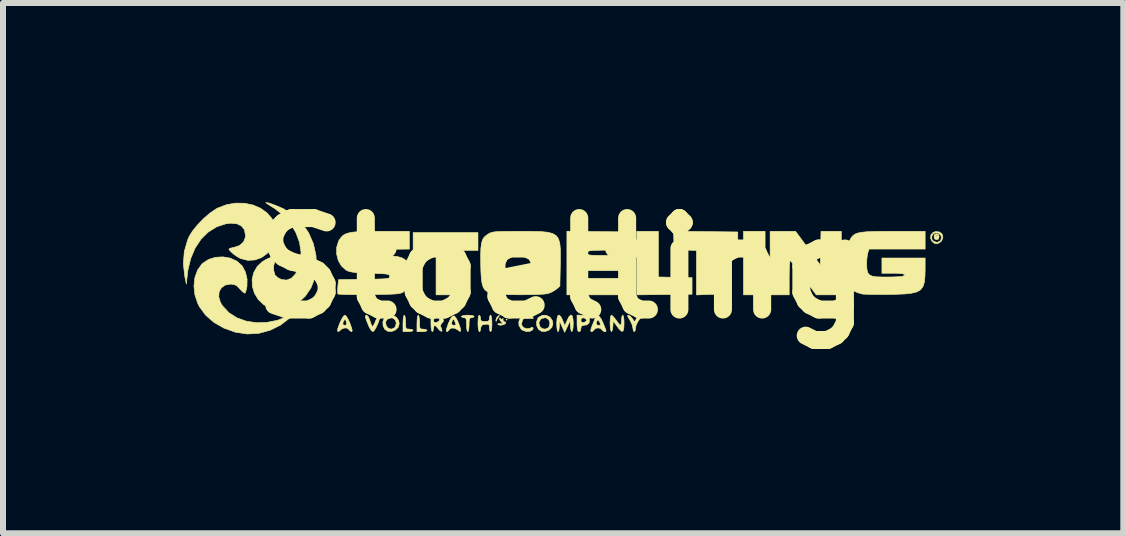
<source format=kicad_pcb>
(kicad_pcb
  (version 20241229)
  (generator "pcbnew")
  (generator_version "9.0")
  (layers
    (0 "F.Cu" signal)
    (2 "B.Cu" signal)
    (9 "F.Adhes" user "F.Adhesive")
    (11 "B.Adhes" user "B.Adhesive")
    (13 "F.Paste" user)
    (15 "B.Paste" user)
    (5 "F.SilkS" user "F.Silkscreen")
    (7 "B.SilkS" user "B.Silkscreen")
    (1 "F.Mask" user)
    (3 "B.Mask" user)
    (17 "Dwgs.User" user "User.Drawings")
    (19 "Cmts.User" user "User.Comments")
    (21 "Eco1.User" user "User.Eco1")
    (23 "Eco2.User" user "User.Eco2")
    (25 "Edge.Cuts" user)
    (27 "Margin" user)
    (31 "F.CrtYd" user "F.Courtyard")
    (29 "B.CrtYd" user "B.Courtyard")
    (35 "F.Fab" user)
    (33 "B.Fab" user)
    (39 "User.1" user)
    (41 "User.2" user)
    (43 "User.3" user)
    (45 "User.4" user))
  (footprint "Stoelting"
    (layer "F.Cu")
    (at 6.311 1.418)
    (property "Reference" "Stoelting" (at 0 0 0) (layer "F.SilkS") (effects (font (size 1.524 1.524) (thickness 0.3))))
    (attr through_hole)
    (fp_poly (pts (xy -0.91 0.857) (xy -0.921 0.868) (xy -0.931 0.857) (xy -0.921 0.847) (xy -0.91 0.857)) (stroke (width 0.01) (type solid)) (fill yes) (layer "F.SilkS"))
    (fp_poly (pts (xy 3.387 0.445) (xy 3.027 0.445) (xy 3.027 -0.614) (xy 3.387 -0.614) (xy 3.387 0.445)) (stroke (width 0.01) (type solid)) (fill yes) (layer "F.SilkS"))
    (fp_poly (pts (xy -0.956 0.792) (xy -0.933 0.811) (xy -0.931 0.816) (xy -0.941 0.825) (xy -0.962 0.805) (xy -0.965 0.801) (xy -0.968 0.787) (xy -0.956 0.792)) (stroke (width 0.01) (type solid)) (fill yes) (layer "F.SilkS"))
    (fp_poly (pts (xy -1.397 -0.296) (xy -1.757 -0.296) (xy -1.757 0.445) (xy -2.095 0.445) (xy -2.095 -0.296) (xy -2.477 -0.296) (xy -2.477 -0.593) (xy -1.397 -0.593) (xy -1.397 -0.296)) (stroke (width 0.01) (type solid)) (fill yes) (layer "F.SilkS"))
    (fp_poly (pts (xy 1.609 0.147) (xy 1.889 0.153) (xy 2.17 0.159) (xy 2.17 0.434) (xy 1.709 0.44) (xy 1.249 0.445) (xy 1.249 -0.614) (xy 1.609 -0.614) (xy 1.609 0.147)) (stroke (width 0.01) (type solid)) (fill yes) (layer "F.SilkS"))
    (fp_poly (pts (xy -1.042 0.793) (xy -1.05 0.804) (xy -1.077 0.849) (xy -1.086 0.868) (xy -1.095 0.887) (xy -1.099 0.865) (xy -1.099 0.865) (xy -1.085 0.825) (xy -1.064 0.802) (xy -1.039 0.783) (xy -1.042 0.793)) (stroke (width 0.01) (type solid)) (fill yes) (layer "F.SilkS"))
    (fp_poly (pts (xy 2.396 -0.609) (xy 2.932 -0.603) (xy 2.932 -0.307) (xy 2.757 -0.301) (xy 2.583 -0.295) (xy 2.572 0.434) (xy 2.408 0.44) (xy 2.244 0.446) (xy 2.244 -0.295) (xy 2.058 -0.301) (xy 1.873 -0.307) (xy 1.867 -0.461) (xy 1.861 -0.615) (xy 2.396 -0.609)) (stroke (width 0.01) (type solid)) (fill yes) (layer "F.SilkS"))
    (fp_poly (pts (xy 6.278 -0.558) (xy 6.287 -0.523) (xy 6.275 -0.484) (xy 6.244 -0.475) (xy 6.21 -0.488) (xy 6.202 -0.523) (xy 6.208 -0.543) (xy 6.23 -0.543) (xy 6.233 -0.531) (xy 6.244 -0.529) (xy 6.262 -0.537) (xy 6.258 -0.543) (xy 6.233 -0.546) (xy 6.23 -0.543) (xy 6.208 -0.543) (xy 6.214 -0.562) (xy 6.244 -0.572) (xy 6.278 -0.558)) (stroke (width 0.01) (type solid)) (fill yes) (layer "F.SilkS"))
    (fp_poly (pts (xy -2.613 0.802) (xy -2.605 0.852) (xy -2.603 0.9) (xy -2.602 0.966) (xy -2.595 1.001) (xy -2.577 1.014) (xy -2.541 1.016) (xy -2.54 1.016) (xy -2.495 1.022) (xy -2.477 1.037) (xy -2.477 1.037) (xy -2.495 1.05) (xy -2.542 1.058) (xy -2.561 1.058) (xy -2.646 1.058) (xy -2.646 0.921) (xy -2.643 0.849) (xy -2.635 0.8) (xy -2.625 0.783) (xy -2.613 0.802)) (stroke (width 0.01) (type solid)) (fill yes) (layer "F.SilkS"))
    (fp_poly (pts (xy -2.38 0.802) (xy -2.373 0.852) (xy -2.371 0.9) (xy -2.37 0.966) (xy -2.363 1.001) (xy -2.344 1.014) (xy -2.308 1.016) (xy -2.307 1.016) (xy -2.263 1.022) (xy -2.244 1.037) (xy -2.244 1.037) (xy -2.262 1.05) (xy -2.309 1.058) (xy -2.328 1.058) (xy -2.413 1.058) (xy -2.413 0.921) (xy -2.41 0.849) (xy -2.402 0.8) (xy -2.392 0.783) (xy -2.38 0.802)) (stroke (width 0.01) (type solid)) (fill yes) (layer "F.SilkS"))
    (fp_poly (pts (xy -1.018 0.844) (xy -1.001 0.862) (xy -0.987 0.844) (xy -0.979 0.836) (xy -0.98 0.857) (xy -0.973 0.89) (xy -0.958 0.894) (xy -0.934 0.899) (xy -0.937 0.919) (xy -0.965 0.94) (xy -1.023 0.952) (xy -1.062 0.94) (xy -1.067 0.934) (xy -1.058 0.924) (xy -1.021 0.925) (xy -0.982 0.929) (xy -0.981 0.921) (xy -1 0.904) (xy -1.03 0.868) (xy -1.037 0.844) (xy -1.033 0.826) (xy -1.018 0.844)) (stroke (width 0.01) (type solid)) (fill yes) (layer "F.SilkS"))
    (fp_poly (pts (xy 4.101 -0.334) (xy 4.307 -0.054) (xy 4.313 -0.334) (xy 4.319 -0.614) (xy 4.657 -0.614) (xy 4.657 0.445) (xy 4.24 0.445) (xy 4.03 0.159) (xy 3.96 0.065) (xy 3.898 -0.017) (xy 3.848 -0.079) (xy 3.815 -0.117) (xy 3.805 -0.126) (xy 3.799 -0.107) (xy 3.794 -0.052) (xy 3.791 0.029) (xy 3.789 0.129) (xy 3.789 0.159) (xy 3.789 0.445) (xy 3.471 0.445) (xy 3.471 -0.614) (xy 3.895 -0.614) (xy 4.101 -0.334)) (stroke (width 0.01) (type solid)) (fill yes) (layer "F.SilkS"))
    (fp_poly (pts (xy 1.324 0.787) (xy 1.322 0.805) (xy 1.299 0.844) (xy 1.267 0.892) (xy 1.238 0.95) (xy 1.228 1.003) (xy 1.221 1.044) (xy 1.206 1.058) (xy 1.191 1.04) (xy 1.185 1) (xy 1.173 0.946) (xy 1.144 0.882) (xy 1.132 0.862) (xy 1.101 0.811) (xy 1.097 0.787) (xy 1.108 0.783) (xy 1.14 0.799) (xy 1.174 0.839) (xy 1.175 0.839) (xy 1.212 0.895) (xy 1.246 0.839) (xy 1.278 0.8) (xy 1.308 0.783) (xy 1.324 0.787)) (stroke (width 0.01) (type solid)) (fill yes) (layer "F.SilkS"))
    (fp_poly (pts (xy -1.506 0.787) (xy -1.468 0.797) (xy -1.46 0.804) (xy -1.478 0.822) (xy -1.503 0.826) (xy -1.527 0.831) (xy -1.54 0.852) (xy -1.545 0.901) (xy -1.545 0.942) (xy -1.549 1.006) (xy -1.558 1.048) (xy -1.566 1.058) (xy -1.578 1.039) (xy -1.586 0.99) (xy -1.587 0.942) (xy -1.589 0.875) (xy -1.597 0.84) (xy -1.615 0.827) (xy -1.63 0.826) (xy -1.664 0.817) (xy -1.672 0.804) (xy -1.653 0.792) (xy -1.604 0.785) (xy -1.566 0.783) (xy -1.506 0.787)) (stroke (width 0.01) (type solid)) (fill yes) (layer "F.SilkS"))
    (fp_poly (pts (xy 0.63 -0.609) (xy 1.175 -0.603) (xy 1.175 -0.307) (xy 0.799 -0.301) (xy 0.665 -0.299) (xy 0.567 -0.296) (xy 0.5 -0.293) (xy 0.457 -0.287) (xy 0.435 -0.279) (xy 0.425 -0.268) (xy 0.423 -0.254) (xy 0.425 -0.238) (xy 0.435 -0.227) (xy 0.459 -0.22) (xy 0.502 -0.215) (xy 0.571 -0.213) (xy 0.672 -0.212) (xy 0.783 -0.212) (xy 1.143 -0.212) (xy 1.143 0.042) (xy 0.423 0.042) (xy 0.423 0.169) (xy 1.185 0.169) (xy 1.185 0.445) (xy 0.085 0.445) (xy 0.085 -0.615) (xy 0.63 -0.609)) (stroke (width 0.01) (type solid)) (fill yes) (layer "F.SilkS"))
    (fp_poly (pts (xy 6.295 -0.602) (xy 6.337 -0.567) (xy 6.351 -0.516) (xy 6.332 -0.461) (xy 6.311 -0.437) (xy 6.256 -0.405) (xy 6.204 -0.416) (xy 6.17 -0.445) (xy 6.143 -0.5) (xy 6.147 -0.526) (xy 6.162 -0.526) (xy 6.168 -0.477) (xy 6.197 -0.446) (xy 6.255 -0.429) (xy 6.302 -0.453) (xy 6.316 -0.471) (xy 6.327 -0.518) (xy 6.307 -0.559) (xy 6.267 -0.585) (xy 6.219 -0.586) (xy 6.19 -0.571) (xy 6.162 -0.526) (xy 6.147 -0.526) (xy 6.151 -0.555) (xy 6.189 -0.596) (xy 6.23 -0.61) (xy 6.295 -0.602)) (stroke (width 0.01) (type solid)) (fill yes) (layer "F.SilkS"))
    (fp_poly (pts (xy -3.026 0.795) (xy -3.033 0.833) (xy -3.057 0.902) (xy -3.064 0.921) (xy -3.095 0.989) (xy -3.125 1.038) (xy -3.147 1.058) (xy -3.148 1.058) (xy -3.172 1.04) (xy -3.202 0.995) (xy -3.215 0.968) (xy -3.251 0.881) (xy -3.27 0.825) (xy -3.272 0.795) (xy -3.26 0.784) (xy -3.253 0.783) (xy -3.228 0.803) (xy -3.204 0.854) (xy -3.196 0.878) (xy -3.177 0.935) (xy -3.16 0.969) (xy -3.154 0.974) (xy -3.138 0.956) (xy -3.115 0.91) (xy -3.102 0.878) (xy -3.075 0.823) (xy -3.049 0.788) (xy -3.038 0.783) (xy -3.026 0.795)) (stroke (width 0.01) (type solid)) (fill yes) (layer "F.SilkS"))
    (fp_poly (pts (xy -0.527 0.792) (xy -0.487 0.815) (xy -0.486 0.816) (xy -0.474 0.835) (xy -0.488 0.841) (xy -0.535 0.836) (xy -0.545 0.834) (xy -0.603 0.829) (xy -0.635 0.839) (xy -0.655 0.866) (xy -0.669 0.919) (xy -0.667 0.953) (xy -0.636 0.991) (xy -0.585 1.01) (xy -0.535 1.005) (xy -0.522 0.997) (xy -0.489 0.984) (xy -0.476 1.001) (xy -0.49 1.03) (xy -0.534 1.054) (xy -0.595 1.055) (xy -0.654 1.034) (xy -0.677 1.016) (xy -0.714 0.955) (xy -0.716 0.89) (xy -0.689 0.832) (xy -0.636 0.793) (xy -0.583 0.783) (xy -0.527 0.792)) (stroke (width 0.01) (type solid)) (fill yes) (layer "F.SilkS"))
    (fp_poly (pts (xy -2.816 0.787) (xy -2.758 0.817) (xy -2.719 0.873) (xy -2.709 0.925) (xy -2.727 0.987) (xy -2.773 1.031) (xy -2.834 1.055) (xy -2.898 1.052) (xy -2.949 1.02) (xy -2.978 0.962) (xy -2.981 0.898) (xy -2.937 0.898) (xy -2.926 0.96) (xy -2.926 0.961) (xy -2.888 1.005) (xy -2.838 1.016) (xy -2.791 0.996) (xy -2.771 0.971) (xy -2.758 0.913) (xy -2.775 0.862) (xy -2.816 0.832) (xy -2.85 0.829) (xy -2.911 0.852) (xy -2.937 0.898) (xy -2.981 0.898) (xy -2.981 0.893) (xy -2.959 0.833) (xy -2.946 0.818) (xy -2.883 0.785) (xy -2.816 0.787)) (stroke (width 0.01) (type solid)) (fill yes) (layer "F.SilkS"))
    (fp_poly (pts (xy -0.255 0.787) (xy -0.197 0.817) (xy -0.158 0.873) (xy -0.148 0.925) (xy -0.166 0.987) (xy -0.212 1.031) (xy -0.273 1.055) (xy -0.337 1.052) (xy -0.388 1.02) (xy -0.417 0.962) (xy -0.419 0.921) (xy -0.381 0.921) (xy -0.365 0.975) (xy -0.325 1.008) (xy -0.276 1.016) (xy -0.229 0.996) (xy -0.21 0.971) (xy -0.198 0.914) (xy -0.215 0.862) (xy -0.256 0.83) (xy -0.281 0.826) (xy -0.343 0.842) (xy -0.376 0.888) (xy -0.381 0.921) (xy -0.419 0.921) (xy -0.42 0.893) (xy -0.397 0.833) (xy -0.385 0.818) (xy -0.322 0.785) (xy -0.255 0.787)) (stroke (width 0.01) (type solid)) (fill yes) (layer "F.SilkS"))
    (fp_poly (pts (xy 0.174 0.796) (xy 0.187 0.851) (xy 0.191 0.921) (xy 0.187 0.997) (xy 0.177 1.043) (xy 0.165 1.057) (xy 0.153 1.035) (xy 0.144 0.974) (xy 0.144 0.968) (xy 0.138 0.878) (xy 0.093 0.974) (xy 0.048 1.069) (xy -0.039 0.878) (xy -0.041 0.968) (xy -0.046 1.023) (xy -0.058 1.055) (xy -0.064 1.058) (xy -0.075 1.039) (xy -0.082 0.987) (xy -0.085 0.921) (xy -0.079 0.835) (xy -0.064 0.789) (xy -0.041 0.782) (xy -0.011 0.817) (xy 0.015 0.872) (xy 0.05 0.96) (xy 0.088 0.872) (xy 0.122 0.805) (xy 0.152 0.78) (xy 0.174 0.796)) (stroke (width 0.01) (type solid)) (fill yes) (layer "F.SilkS"))
    (fp_poly (pts (xy 0.355 0.787) (xy 0.416 0.793) (xy 0.447 0.807) (xy 0.459 0.834) (xy 0.462 0.855) (xy 0.455 0.913) (xy 0.417 0.945) (xy 0.365 0.952) (xy 0.328 0.963) (xy 0.318 1.001) (xy 0.318 1.005) (xy 0.309 1.049) (xy 0.285 1.057) (xy 0.268 1.044) (xy 0.261 1.017) (xy 0.255 0.961) (xy 0.254 0.905) (xy 0.254 0.868) (xy 0.318 0.868) (xy 0.327 0.902) (xy 0.363 0.907) (xy 0.365 0.906) (xy 0.402 0.889) (xy 0.413 0.868) (xy 0.395 0.84) (xy 0.365 0.829) (xy 0.328 0.833) (xy 0.318 0.866) (xy 0.318 0.868) (xy 0.254 0.868) (xy 0.254 0.781) (xy 0.355 0.787)) (stroke (width 0.01) (type solid)) (fill yes) (layer "F.SilkS"))
    (fp_poly (pts (xy 1.027 0.803) (xy 1.035 0.854) (xy 1.037 0.921) (xy 1.033 1.005) (xy 1.02 1.049) (xy 0.996 1.052) (xy 0.958 1.017) (xy 0.921 0.968) (xy 0.857 0.878) (xy 0.851 0.968) (xy 0.842 1.032) (xy 0.83 1.057) (xy 0.818 1.045) (xy 0.809 1.001) (xy 0.804 0.926) (xy 0.804 0.921) (xy 0.807 0.848) (xy 0.815 0.799) (xy 0.826 0.783) (xy 0.849 0.799) (xy 0.885 0.84) (xy 0.905 0.867) (xy 0.942 0.916) (xy 0.971 0.947) (xy 0.979 0.952) (xy 0.989 0.933) (xy 0.994 0.887) (xy 0.995 0.868) (xy 1 0.815) (xy 1.011 0.785) (xy 1.016 0.783) (xy 1.027 0.803)) (stroke (width 0.01) (type solid)) (fill yes) (layer "F.SilkS"))
    (fp_poly (pts (xy -1.789 0.797) (xy -1.756 0.839) (xy -1.72 0.918) (xy -1.691 0.999) (xy -1.683 1.045) (xy -1.696 1.055) (xy -1.731 1.031) (xy -1.732 1.03) (xy -1.782 1.002) (xy -1.833 0.997) (xy -1.87 1.016) (xy -1.876 1.027) (xy -1.902 1.055) (xy -1.916 1.058) (xy -1.926 1.046) (xy -1.919 1.005) (xy -1.893 0.932) (xy -1.889 0.92) (xy -1.888 0.918) (xy -1.84 0.918) (xy -1.825 0.947) (xy -1.798 0.953) (xy -1.767 0.946) (xy -1.763 0.937) (xy -1.777 0.905) (xy -1.786 0.879) (xy -1.801 0.851) (xy -1.817 0.862) (xy -1.821 0.868) (xy -1.84 0.918) (xy -1.888 0.918) (xy -1.851 0.838) (xy -1.819 0.797) (xy -1.789 0.797)) (stroke (width 0.01) (type solid)) (fill yes) (layer "F.SilkS"))
    (fp_poly (pts (xy -1.174 0.803) (xy -1.167 0.854) (xy -1.164 0.921) (xy -1.167 0.993) (xy -1.175 1.042) (xy -1.185 1.058) (xy -1.2 1.04) (xy -1.206 0.995) (xy -1.206 0.993) (xy -1.21 0.949) (xy -1.231 0.934) (xy -1.275 0.935) (xy -1.325 0.946) (xy -1.346 0.974) (xy -1.351 1) (xy -1.361 1.049) (xy -1.373 1.06) (xy -1.385 1.038) (xy -1.394 0.988) (xy -1.397 0.921) (xy -1.394 0.849) (xy -1.386 0.8) (xy -1.376 0.783) (xy -1.36 0.801) (xy -1.355 0.836) (xy -1.349 0.872) (xy -1.324 0.887) (xy -1.281 0.889) (xy -1.23 0.885) (xy -1.21 0.867) (xy -1.206 0.836) (xy -1.199 0.796) (xy -1.185 0.783) (xy -1.174 0.803)) (stroke (width 0.01) (type solid)) (fill yes) (layer "F.SilkS"))
    (fp_poly (pts (xy -3.592 0.801) (xy -3.562 0.849) (xy -3.531 0.917) (xy -3.53 0.921) (xy -3.502 0.998) (xy -3.492 1.042) (xy -3.5 1.058) (xy -3.503 1.058) (xy -3.534 1.041) (xy -3.542 1.027) (xy -3.571 1.002) (xy -3.606 0.995) (xy -3.656 1.007) (xy -3.683 1.027) (xy -3.717 1.056) (xy -3.737 1.05) (xy -3.735 1.012) (xy -3.734 1.011) (xy -3.702 0.923) (xy -3.696 0.91) (xy -3.647 0.91) (xy -3.646 0.944) (xy -3.615 0.953) (xy -3.584 0.943) (xy -3.585 0.919) (xy -3.597 0.878) (xy -3.598 0.865) (xy -3.607 0.851) (xy -3.625 0.865) (xy -3.643 0.897) (xy -3.647 0.91) (xy -3.696 0.91) (xy -3.668 0.849) (xy -3.637 0.8) (xy -3.613 0.783) (xy -3.592 0.801)) (stroke (width 0.01) (type solid)) (fill yes) (layer "F.SilkS"))
    (fp_poly (pts (xy 0.62 0.799) (xy 0.656 0.847) (xy 0.69 0.919) (xy 0.719 0.992) (xy 0.735 1.033) (xy 0.737 1.053) (xy 0.728 1.058) (xy 0.711 1.058) (xy 0.679 1.041) (xy 0.67 1.027) (xy 0.642 1.003) (xy 0.603 0.995) (xy 0.558 1.006) (xy 0.537 1.027) (xy 0.51 1.055) (xy 0.495 1.058) (xy 0.482 1.05) (xy 0.485 1.02) (xy 0.505 0.96) (xy 0.511 0.947) (xy 0.522 0.919) (xy 0.572 0.919) (xy 0.589 0.948) (xy 0.613 0.953) (xy 0.641 0.948) (xy 0.642 0.926) (xy 0.631 0.899) (xy 0.609 0.865) (xy 0.592 0.869) (xy 0.589 0.873) (xy 0.572 0.919) (xy 0.522 0.919) (xy 0.537 0.881) (xy 0.558 0.829) (xy 0.566 0.809) (xy 0.589 0.785) (xy 0.62 0.799)) (stroke (width 0.01) (type solid)) (fill yes) (layer "F.SilkS"))
    (fp_poly (pts (xy -2.031 0.791) (xy -1.995 0.816) (xy -1.99 0.824) (xy -1.972 0.865) (xy -1.976 0.891) (xy -2.001 0.919) (xy -2.023 0.954) (xy -2.01 0.996) (xy -2.01 0.996) (xy -1.995 1.04) (xy -2.005 1.054) (xy -2.033 1.038) (xy -2.057 1.011) (xy -2.098 0.964) (xy -2.125 0.957) (xy -2.137 0.989) (xy -2.138 1.005) (xy -2.145 1.045) (xy -2.159 1.058) (xy -2.17 1.039) (xy -2.178 0.987) (xy -2.18 0.921) (xy -2.18 0.869) (xy -2.138 0.869) (xy -2.128 0.902) (xy -2.091 0.906) (xy -2.09 0.906) (xy -2.05 0.886) (xy -2.036 0.863) (xy -2.042 0.834) (xy -2.08 0.826) (xy -2.083 0.826) (xy -2.125 0.835) (xy -2.138 0.867) (xy -2.138 0.869) (xy -2.18 0.869) (xy -2.18 0.783) (xy -2.096 0.783) (xy -2.031 0.791)) (stroke (width 0.01) (type solid)) (fill yes) (layer "F.SilkS"))
    (fp_poly (pts (xy -5.285 -1.081) (xy -5.145 -1.052) (xy -5.02 -0.998) (xy -4.913 -0.922) (xy -4.831 -0.827) (xy -4.779 -0.713) (xy -4.763 -0.593) (xy -4.78 -0.459) (xy -4.83 -0.343) (xy -4.906 -0.247) (xy -5.002 -0.177) (xy -5.112 -0.137) (xy -5.231 -0.13) (xy -5.351 -0.16) (xy -5.407 -0.19) (xy -5.465 -0.231) (xy -5.514 -0.274) (xy -5.543 -0.309) (xy -5.546 -0.319) (xy -5.527 -0.331) (xy -5.48 -0.343) (xy -5.46 -0.347) (xy -5.366 -0.379) (xy -5.303 -0.437) (xy -5.272 -0.516) (xy -5.271 -0.545) (xy -5.287 -0.637) (xy -5.336 -0.702) (xy -5.414 -0.74) (xy -5.519 -0.749) (xy -5.594 -0.74) (xy -5.75 -0.689) (xy -5.89 -0.602) (xy -6.011 -0.483) (xy -6.11 -0.334) (xy -6.184 -0.159) (xy -6.231 0.037) (xy -6.239 0.106) (xy -6.256 0.265) (xy -6.282 0.139) (xy -6.306 -0.073) (xy -6.29 -0.277) (xy -6.234 -0.471) (xy -6.209 -0.529) (xy -6.151 -0.622) (xy -6.067 -0.724) (xy -5.968 -0.826) (xy -5.863 -0.917) (xy -5.763 -0.985) (xy -5.735 -1.001) (xy -5.585 -1.058) (xy -5.433 -1.084) (xy -5.285 -1.081)) (stroke (width 0.01) (type solid)) (fill yes) (layer "F.SilkS"))
    (fp_poly (pts (xy -5.524 -0.167) (xy -5.415 -0.117) (xy -5.328 -0.04) (xy -5.324 -0.034) (xy -5.272 0.065) (xy -5.244 0.182) (xy -5.246 0.302) (xy -5.248 0.313) (xy -5.261 0.372) (xy -5.274 0.411) (xy -5.278 0.417) (xy -5.298 0.41) (xy -5.335 0.378) (xy -5.363 0.348) (xy -5.412 0.297) (xy -5.455 0.273) (xy -5.51 0.266) (xy -5.52 0.266) (xy -5.609 0.282) (xy -5.673 0.328) (xy -5.71 0.396) (xy -5.716 0.478) (xy -5.689 0.569) (xy -5.653 0.629) (xy -5.546 0.743) (xy -5.413 0.828) (xy -5.259 0.883) (xy -5.091 0.909) (xy -4.914 0.904) (xy -4.735 0.868) (xy -4.559 0.799) (xy -4.508 0.773) (xy -4.413 0.72) (xy -4.52 0.82) (xy -4.683 0.946) (xy -4.86 1.035) (xy -5.048 1.086) (xy -5.241 1.097) (xy -5.435 1.068) (xy -5.44 1.067) (xy -5.63 0.999) (xy -5.796 0.904) (xy -5.933 0.785) (xy -6.036 0.645) (xy -6.066 0.587) (xy -6.114 0.443) (xy -6.129 0.297) (xy -6.114 0.157) (xy -6.069 0.032) (xy -5.996 -0.07) (xy -5.987 -0.078) (xy -5.887 -0.145) (xy -5.77 -0.181) (xy -5.646 -0.188) (xy -5.524 -0.167)) (stroke (width 0.01) (type solid)) (fill yes) (layer "F.SilkS"))
    (fp_poly (pts (xy -4.867 -1.081) (xy -4.802 -1.058) (xy -4.726 -1.028) (xy -4.651 -0.995) (xy -4.636 -0.988) (xy -4.469 -0.884) (xy -4.329 -0.75) (xy -4.219 -0.59) (xy -4.14 -0.409) (xy -4.096 -0.212) (xy -4.089 -0.003) (xy -4.09 0.007) (xy -4.119 0.176) (xy -4.181 0.331) (xy -4.272 0.465) (xy -4.387 0.572) (xy -4.472 0.623) (xy -4.61 0.674) (xy -4.739 0.69) (xy -4.854 0.669) (xy -4.854 0.669) (xy -4.97 0.607) (xy -5.059 0.521) (xy -5.122 0.417) (xy -5.156 0.303) (xy -5.16 0.186) (xy -5.133 0.073) (xy -5.073 -0.03) (xy -4.996 -0.103) (xy -4.923 -0.148) (xy -4.856 -0.176) (xy -4.802 -0.188) (xy -4.766 -0.181) (xy -4.756 -0.157) (xy -4.773 -0.121) (xy -4.799 -0.054) (xy -4.802 0.028) (xy -4.784 0.102) (xy -4.773 0.121) (xy -4.731 0.159) (xy -4.672 0.189) (xy -4.668 0.19) (xy -4.583 0.199) (xy -4.506 0.168) (xy -4.44 0.101) (xy -4.388 -0.001) (xy -4.358 -0.105) (xy -4.345 -0.265) (xy -4.37 -0.429) (xy -4.43 -0.59) (xy -4.521 -0.743) (xy -4.64 -0.879) (xy -4.785 -0.995) (xy -4.807 -1.008) (xy -4.869 -1.047) (xy -4.913 -1.077) (xy -4.932 -1.091) (xy -4.932 -1.091) (xy -4.914 -1.093) (xy -4.867 -1.081)) (stroke (width 0.01) (type solid)) (fill yes) (layer "F.SilkS"))
    (fp_poly (pts (xy 6.054 -0.318) (xy 5.121 -0.318) (xy 5.101 -0.263) (xy 5.09 -0.213) (xy 5.082 -0.139) (xy 5.08 -0.073) (xy 5.083 0.011) (xy 5.095 0.071) (xy 5.123 0.11) (xy 5.173 0.133) (xy 5.251 0.145) (xy 5.363 0.148) (xy 5.406 0.148) (xy 5.506 0.147) (xy 5.592 0.144) (xy 5.654 0.14) (xy 5.682 0.135) (xy 5.715 0.116) (xy 5.707 0.101) (xy 5.661 0.091) (xy 5.578 0.085) (xy 5.524 0.085) (xy 5.334 0.085) (xy 5.334 -0.169) (xy 6.054 -0.169) (xy 6.054 0.022) (xy 6.051 0.141) (xy 6.041 0.235) (xy 6.018 0.307) (xy 5.979 0.359) (xy 5.918 0.395) (xy 5.831 0.417) (xy 5.714 0.43) (xy 5.562 0.436) (xy 5.45 0.438) (xy 5.322 0.438) (xy 5.205 0.438) (xy 5.109 0.436) (xy 5.04 0.434) (xy 5.006 0.431) (xy 5.006 0.431) (xy 4.929 0.409) (xy 4.871 0.382) (xy 4.829 0.342) (xy 4.801 0.284) (xy 4.783 0.203) (xy 4.773 0.092) (xy 4.768 -0.054) (xy 4.767 -0.074) (xy 4.765 -0.202) (xy 4.766 -0.295) (xy 4.77 -0.361) (xy 4.777 -0.41) (xy 4.79 -0.447) (xy 4.799 -0.466) (xy 4.823 -0.508) (xy 4.85 -0.541) (xy 4.885 -0.567) (xy 4.933 -0.585) (xy 5 -0.598) (xy 5.09 -0.607) (xy 5.207 -0.611) (xy 5.358 -0.613) (xy 5.519 -0.614) (xy 6.054 -0.614) (xy 6.054 -0.318)) (stroke (width 0.01) (type solid)) (fill yes) (layer "F.SilkS"))
    (fp_poly (pts (xy -0.505 -0.613) (xy -0.356 -0.61) (xy -0.241 -0.599) (xy -0.156 -0.578) (xy -0.095 -0.543) (xy -0.056 -0.491) (xy -0.034 -0.417) (xy -0.024 -0.318) (xy -0.023 -0.191) (xy -0.025 -0.048) (xy -0.032 0.3) (xy -0.09 0.35) (xy -0.152 0.391) (xy -0.223 0.421) (xy -0.228 0.422) (xy -0.281 0.431) (xy -0.367 0.437) (xy -0.477 0.441) (xy -0.602 0.443) (xy -0.733 0.443) (xy -0.863 0.441) (xy -0.982 0.437) (xy -1.082 0.431) (xy -1.154 0.423) (xy -1.183 0.417) (xy -1.238 0.394) (xy -1.279 0.364) (xy -1.309 0.321) (xy -1.328 0.259) (xy -1.341 0.172) (xy -1.348 0.054) (xy -1.351 -0.063) (xy -1.351 -0.098) (xy -1.037 -0.098) (xy -1.034 0.008) (xy -1.021 0.081) (xy -0.997 0.126) (xy -0.959 0.152) (xy -0.953 0.155) (xy -0.919 0.159) (xy -0.854 0.163) (xy -0.766 0.166) (xy -0.677 0.168) (xy -0.561 0.167) (xy -0.48 0.163) (xy -0.425 0.154) (xy -0.39 0.139) (xy -0.386 0.136) (xy -0.363 0.117) (xy -0.349 0.091) (xy -0.342 0.048) (xy -0.339 -0.02) (xy -0.339 -0.092) (xy -0.342 -0.2) (xy -0.35 -0.275) (xy -0.363 -0.313) (xy -0.364 -0.313) (xy -0.398 -0.326) (xy -0.471 -0.334) (xy -0.584 -0.338) (xy -0.666 -0.339) (xy -0.8 -0.338) (xy -0.896 -0.333) (xy -0.962 -0.32) (xy -1.004 -0.295) (xy -1.026 -0.254) (xy -1.035 -0.194) (xy -1.037 -0.111) (xy -1.037 -0.098) (xy -1.351 -0.098) (xy -1.352 -0.211) (xy -1.349 -0.323) (xy -1.34 -0.407) (xy -1.323 -0.468) (xy -1.296 -0.513) (xy -1.257 -0.548) (xy -1.221 -0.572) (xy -1.196 -0.586) (xy -1.166 -0.596) (xy -1.125 -0.604) (xy -1.068 -0.609) (xy -0.989 -0.612) (xy -0.88 -0.613) (xy -0.738 -0.614) (xy -0.693 -0.614) (xy -0.505 -0.613)) (stroke (width 0.01) (type solid)) (fill yes) (layer "F.SilkS"))
    (fp_poly (pts (xy -2.54 -0.318) (xy -2.969 -0.313) (xy -3.113 -0.311) (xy -3.221 -0.308) (xy -3.298 -0.305) (xy -3.349 -0.301) (xy -3.379 -0.294) (xy -3.395 -0.285) (xy -3.402 -0.272) (xy -3.404 -0.259) (xy -3.406 -0.241) (xy -3.4 -0.228) (xy -3.381 -0.22) (xy -3.342 -0.215) (xy -3.278 -0.212) (xy -3.181 -0.212) (xy -3.097 -0.212) (xy -2.945 -0.21) (xy -2.828 -0.204) (xy -2.74 -0.193) (xy -2.674 -0.176) (xy -2.623 -0.149) (xy -2.58 -0.113) (xy -2.563 -0.094) (xy -2.522 -0.04) (xy -2.503 0.014) (xy -2.498 0.087) (xy -2.498 0.091) (xy -2.515 0.216) (xy -2.564 0.32) (xy -2.631 0.39) (xy -2.653 0.404) (xy -2.677 0.415) (xy -2.712 0.423) (xy -2.761 0.429) (xy -2.83 0.433) (xy -2.926 0.436) (xy -3.053 0.438) (xy -3.206 0.441) (xy -3.349 0.442) (xy -3.478 0.441) (xy -3.587 0.44) (xy -3.669 0.437) (xy -3.719 0.433) (xy -3.731 0.43) (xy -3.735 0.401) (xy -3.734 0.344) (xy -3.731 0.302) (xy -3.72 0.191) (xy -3.294 0.186) (xy -3.15 0.184) (xy -3.042 0.181) (xy -2.966 0.178) (xy -2.916 0.173) (xy -2.887 0.167) (xy -2.873 0.157) (xy -2.868 0.145) (xy -2.868 0.138) (xy -2.87 0.121) (xy -2.881 0.11) (xy -2.907 0.101) (xy -2.954 0.095) (xy -3.029 0.091) (xy -3.136 0.087) (xy -3.196 0.085) (xy -3.327 0.08) (xy -3.423 0.074) (xy -3.491 0.066) (xy -3.541 0.056) (xy -3.578 0.041) (xy -3.596 0.032) (xy -3.672 -0.036) (xy -3.725 -0.129) (xy -3.752 -0.237) (xy -3.751 -0.348) (xy -3.719 -0.451) (xy -3.707 -0.472) (xy -3.677 -0.514) (xy -3.644 -0.547) (xy -3.6 -0.571) (xy -3.542 -0.589) (xy -3.463 -0.602) (xy -3.359 -0.609) (xy -3.224 -0.613) (xy -3.053 -0.614) (xy -3.016 -0.614) (xy -2.54 -0.614) (xy -2.54 -0.318)) (stroke (width 0.01) (type solid)) (fill yes) (layer "F.SilkS")))
  (gr_rect
    (start -3 -3)
    (end 15.667 5.836)
    (stroke (width 0.1) (type default))
    (fill no)
    (layer "Edge.Cuts")))
</source>
